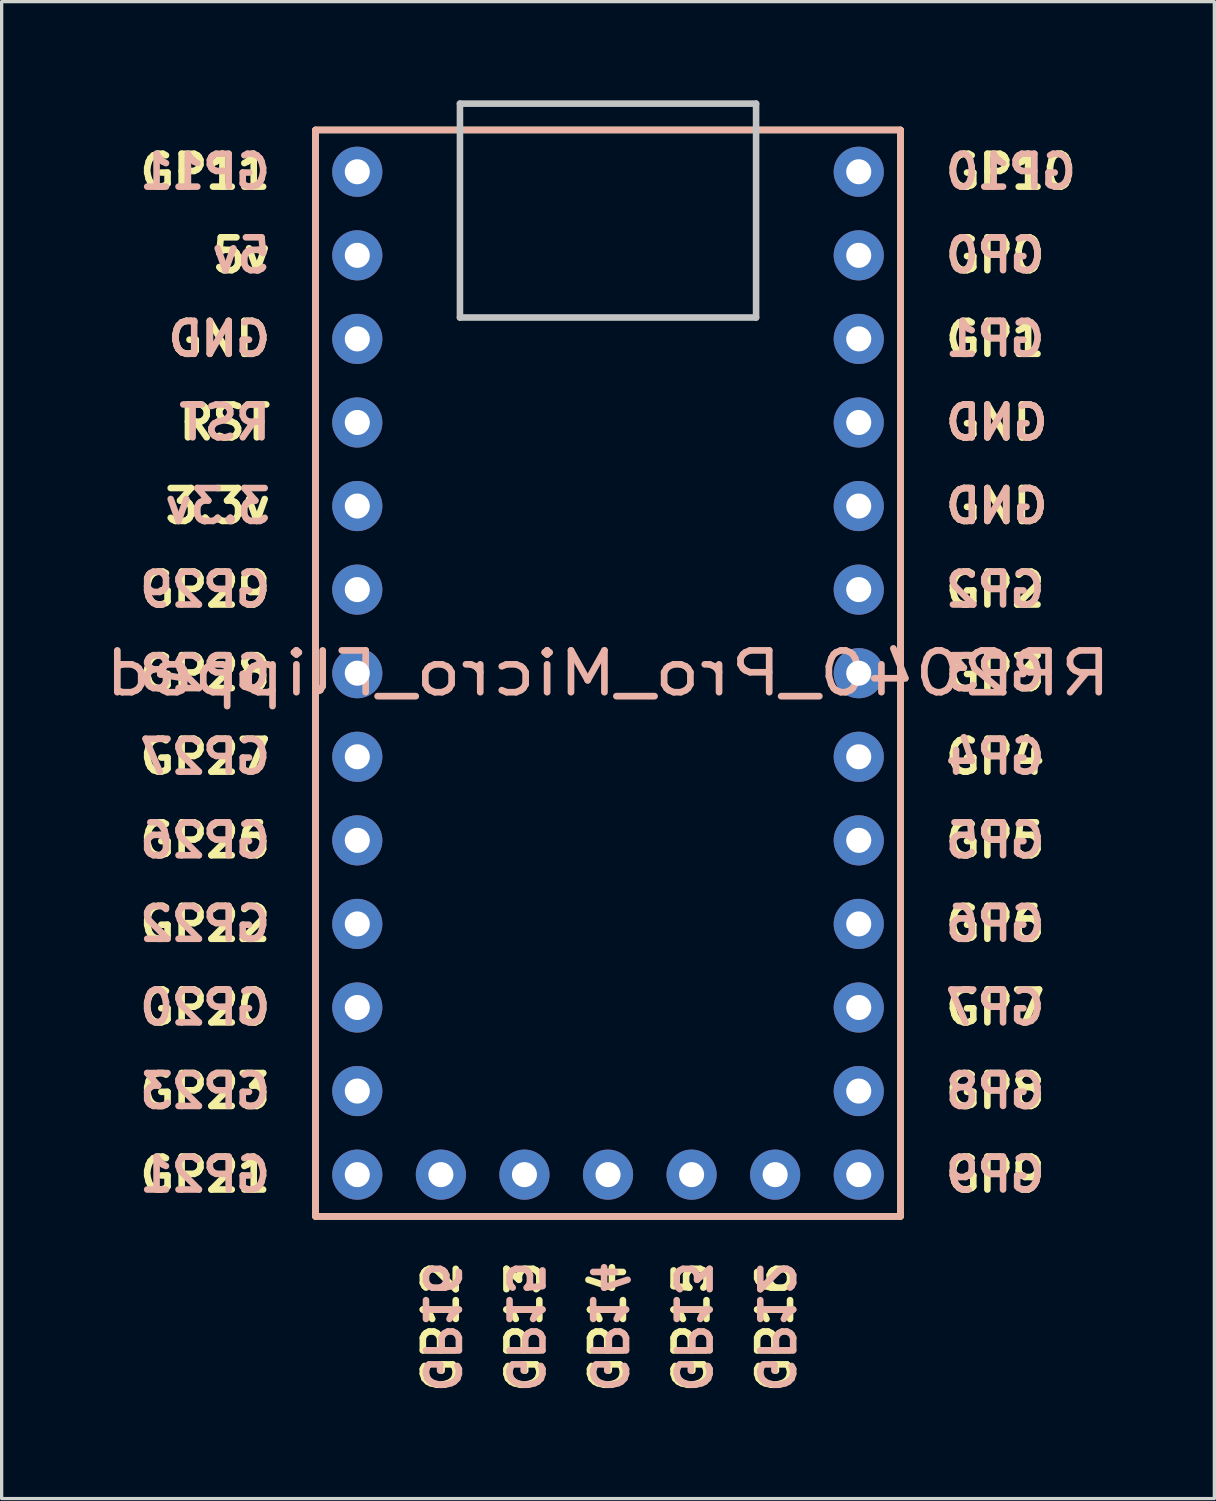
<source format=kicad_pcb>
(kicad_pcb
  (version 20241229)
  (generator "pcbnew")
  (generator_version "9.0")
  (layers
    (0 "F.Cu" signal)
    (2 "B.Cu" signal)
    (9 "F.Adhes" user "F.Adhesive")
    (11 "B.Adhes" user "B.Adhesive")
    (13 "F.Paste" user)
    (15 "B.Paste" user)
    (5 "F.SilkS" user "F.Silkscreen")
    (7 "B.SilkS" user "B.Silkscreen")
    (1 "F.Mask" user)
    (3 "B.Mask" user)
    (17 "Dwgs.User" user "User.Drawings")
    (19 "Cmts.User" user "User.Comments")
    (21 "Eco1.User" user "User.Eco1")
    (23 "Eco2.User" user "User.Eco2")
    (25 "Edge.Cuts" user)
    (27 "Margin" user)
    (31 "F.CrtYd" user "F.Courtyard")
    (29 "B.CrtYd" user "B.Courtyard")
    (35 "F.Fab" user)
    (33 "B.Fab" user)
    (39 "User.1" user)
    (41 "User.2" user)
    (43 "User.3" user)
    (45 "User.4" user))
  (footprint "RP2040_Pro_Micro_Flipped"
    (layer "F.Cu")
    (at 15.429 18.68)
    (property "Reference" "RP2040_Pro_Micro_Flipped" (at 0 -1.27 0) (layer "B.SilkS") (effects (font (size 1.27 1.524) (thickness 0.203)) (justify mirror)))
    (attr through_hole)
    (fp_line (start -8.89 -17.78) (end -8.89 15.24) (stroke (width 0.2) (type solid)) (layer "F.SilkS"))
    (fp_line (start -8.89 15.24) (end 8.89 15.24) (stroke (width 0.2) (type solid)) (layer "F.SilkS"))
    (fp_line (start 8.89 -17.78) (end -8.89 -17.78) (stroke (width 0.2) (type solid)) (layer "F.SilkS"))
    (fp_line (start 8.89 15.24) (end 8.89 -17.78) (stroke (width 0.2) (type solid)) (layer "F.SilkS"))
    (fp_line (start -8.89 -17.78) (end -8.89 15.24) (stroke (width 0.2) (type solid)) (layer "B.SilkS"))
    (fp_line (start -8.89 15.24) (end 8.89 15.24) (stroke (width 0.2) (type solid)) (layer "B.SilkS"))
    (fp_line (start 8.89 -17.78) (end -8.89 -17.78) (stroke (width 0.2) (type solid)) (layer "B.SilkS"))
    (fp_line (start 8.89 15.24) (end 8.89 -17.78) (stroke (width 0.2) (type solid)) (layer "B.SilkS"))
    (fp_line (start -4.5 -18.58) (end -4.5 -12.08) (stroke (width 0.2) (type default)) (layer "Dwgs.User"))
    (fp_line (start -4.5 -18.58) (end 4.5 -18.58) (stroke (width 0.2) (type default)) (layer "Dwgs.User"))
    (fp_line (start -4.5 -12.08) (end 4.5 -12.08) (stroke (width 0.2) (type default)) (layer "Dwgs.User"))
    (fp_line (start 4.5 -18.58) (end 4.5 -12.08) (stroke (width 0.2) (type default)) (layer "Dwgs.User"))
    (fp_text user "GP4" (at 10.16 1.27 0) (unlocked yes) (layer "F.SilkS") (effects (font (size 1 1) (thickness 0.2) (bold yes)) (justify left)))
    (fp_text user "GP13" (at -2.54 16.51 90) (unlocked yes) (layer "F.SilkS") (effects (font (size 1 1) (thickness 0.2) (bold yes)) (justify right)))
    (fp_text user "GP0" (at 10.16 -13.97 0) (unlocked yes) (layer "F.SilkS") (effects (font (size 1 1) (thickness 0.2) (bold yes)) (justify left)))
    (fp_text user "GP22" (at -10.16 6.35 0) (unlocked yes) (layer "F.SilkS") (effects (font (size 1 1) (thickness 0.2) (bold yes)) (justify right)))
    (fp_text user "GP20" (at -10.16 8.89 0) (unlocked yes) (layer "F.SilkS") (effects (font (size 1 1) (thickness 0.2) (bold yes)) (justify right)))
    (fp_text user "GP2" (at 10.16 -3.81 0) (unlocked yes) (layer "F.SilkS") (effects (font (size 1 1) (thickness 0.2) (bold yes)) (justify left)))
    (fp_text user "GP27" (at -10.16 1.27 0) (unlocked yes) (layer "F.SilkS") (effects (font (size 1 1) (thickness 0.2) (bold yes)) (justify right)))
    (fp_text user "GP26" (at -10.16 3.81 0) (unlocked yes) (layer "F.SilkS") (effects (font (size 1 1) (thickness 0.2) (bold yes)) (justify right)))
    (fp_text user "GP11" (at -10.16 -16.51 0) (unlocked yes) (layer "F.SilkS") (effects (font (size 1 1) (thickness 0.2) (bold yes)) (justify right)))
    (fp_text user "GP10" (at 10.16 -16.51 0) (unlocked yes) (layer "F.SilkS") (effects (font (size 1 1) (thickness 0.2) (bold yes)) (justify left)))
    (fp_text user "GP16" (at 5.08 16.51 90) (unlocked yes) (layer "F.SilkS") (effects (font (size 1 1) (thickness 0.2) (bold yes)) (justify right)))
    (fp_text user "GP14" (at 0 16.51 90) (unlocked yes) (layer "F.SilkS") (effects (font (size 1 1) (thickness 0.2) (bold yes)) (justify right)))
    (fp_text user "GP28" (at -10.16 -1.27 0) (unlocked yes) (layer "F.SilkS") (effects (font (size 1 1) (thickness 0.2) (bold yes)) (justify right)))
    (fp_text user "GP21" (at -10.16 13.97 0) (unlocked yes) (layer "F.SilkS") (effects (font (size 1 1) (thickness 0.2) (bold yes)) (justify right)))
    (fp_text user "GND" (at 10.16 -8.89 0) (unlocked yes) (layer "F.SilkS") (effects (font (size 1 1) (thickness 0.2) (bold yes)) (justify left)))
    (fp_text user "RST" (at -10.16 -8.89 0) (unlocked yes) (layer "F.SilkS") (effects (font (size 1 1) (thickness 0.2) (bold yes)) (justify right)))
    (fp_text user "GP1" (at 10.16 -11.43 0) (unlocked yes) (layer "F.SilkS") (effects (font (size 1 1) (thickness 0.2) (bold yes)) (justify left)))
    (fp_text user "GP8" (at 10.16 11.43 0) (unlocked yes) (layer "F.SilkS") (effects (font (size 1 1) (thickness 0.2) (bold yes)) (justify left)))
    (fp_text user "GND" (at -10.16 -11.43 0) (unlocked yes) (layer "F.SilkS") (effects (font (size 1 1) (thickness 0.2) (bold yes)) (justify right)))
    (fp_text user "GP15" (at 2.54 16.51 90) (unlocked yes) (layer "F.SilkS") (effects (font (size 1 1) (thickness 0.2) (bold yes)) (justify right)))
    (fp_text user "GP23" (at -10.16 11.43 0) (unlocked yes) (layer "F.SilkS") (effects (font (size 1 1) (thickness 0.2) (bold yes)) (justify right)))
    (fp_text user "GP12" (at -5.08 16.51 90) (unlocked yes) (layer "F.SilkS") (effects (font (size 1 1) (thickness 0.2) (bold yes)) (justify right)))
    (fp_text user "GP5" (at 10.16 3.81 0) (unlocked yes) (layer "F.SilkS") (effects (font (size 1 1) (thickness 0.2) (bold yes)) (justify left)))
    (fp_text user "5v" (at -10.16 -13.97 0) (unlocked yes) (layer "F.SilkS") (effects (font (size 1 1) (thickness 0.2) (bold yes)) (justify right)))
    (fp_text user "GP7" (at 10.16 8.89 0) (unlocked yes) (layer "F.SilkS") (effects (font (size 1 1) (thickness 0.2) (bold yes)) (justify left)))
    (fp_text user "GP9" (at 10.16 13.97 0) (unlocked yes) (layer "F.SilkS") (effects (font (size 1 1) (thickness 0.2) (bold yes)) (justify left)))
    (fp_text user "GND" (at 10.16 -6.35 0) (unlocked yes) (layer "F.SilkS") (effects (font (size 1 1) (thickness 0.2) (bold yes)) (justify left)))
    (fp_text user "GP6" (at 10.16 6.35 0) (unlocked yes) (layer "F.SilkS") (effects (font (size 1 1) (thickness 0.2) (bold yes)) (justify left)))
    (fp_text user "GP29" (at -10.16 -3.81 0) (unlocked yes) (layer "F.SilkS") (effects (font (size 1 1) (thickness 0.2) (bold yes)) (justify right)))
    (fp_text user "GP3" (at 10.16 -1.27 0) (unlocked yes) (layer "F.SilkS") (effects (font (size 1 1) (thickness 0.2) (bold yes)) (justify left)))
    (fp_text user "3.3v" (at -10.16 -6.35 0) (unlocked yes) (layer "F.SilkS") (effects (font (size 1 1) (thickness 0.2) (bold yes)) (justify right)))
    (fp_text user "GP16" (at -5.08 16.51 270) (unlocked yes) (layer "B.SilkS") (effects (font (size 1 1) (thickness 0.2) (bold yes)) (justify right mirror)))
    (fp_text user "GND" (at -10.16 -11.43 0) (unlocked yes) (layer "B.SilkS") (effects (font (size 1 1) (thickness 0.2) (bold yes)) (justify left mirror)))
    (fp_text user "GP27" (at -10.16 1.27 0) (unlocked yes) (layer "B.SilkS") (effects (font (size 1 1) (thickness 0.2) (bold yes)) (justify left mirror)))
    (fp_text user "GP7" (at 10.16 8.89 0) (unlocked yes) (layer "B.SilkS") (effects (font (size 1 1) (thickness 0.2) (bold yes)) (justify right mirror)))
    (fp_text user "GP22" (at -10.16 6.35 0) (unlocked yes) (layer "B.SilkS") (effects (font (size 1 1) (thickness 0.2) (bold yes)) (justify left mirror)))
    (fp_text user "GP15" (at -2.54 16.51 270) (unlocked yes) (layer "B.SilkS") (effects (font (size 1 1) (thickness 0.2) (bold yes)) (justify right mirror)))
    (fp_text user "GP11" (at -10.16 -16.51 0) (unlocked yes) (layer "B.SilkS") (effects (font (size 1 1) (thickness 0.2) (bold yes)) (justify left mirror)))
    (fp_text user "GP23" (at -10.16 11.43 0) (unlocked yes) (layer "B.SilkS") (effects (font (size 1 1) (thickness 0.2) (bold yes)) (justify left mirror)))
    (fp_text user "GND" (at 10.16 -8.89 0) (unlocked yes) (layer "B.SilkS") (effects (font (size 1 1) (thickness 0.2) (bold yes)) (justify right mirror)))
    (fp_text user "GP29" (at -10.16 -3.81 0) (unlocked yes) (layer "B.SilkS") (effects (font (size 1 1) (thickness 0.2) (bold yes)) (justify left mirror)))
    (fp_text user "GP3" (at 10.16 -1.27 0) (unlocked yes) (layer "B.SilkS") (effects (font (size 1 1) (thickness 0.2) (bold yes)) (justify right mirror)))
    (fp_text user "GP2" (at 10.16 -3.81 0) (unlocked yes) (layer "B.SilkS") (effects (font (size 1 1) (thickness 0.2) (bold yes)) (justify right mirror)))
    (fp_text user "GP1" (at 10.16 -11.43 0) (unlocked yes) (layer "B.SilkS") (effects (font (size 1 1) (thickness 0.2) (bold yes)) (justify right mirror)))
    (fp_text user "GND" (at 10.16 -6.35 0) (unlocked yes) (layer "B.SilkS") (effects (font (size 1 1) (thickness 0.2) (bold yes)) (justify right mirror)))
    (fp_text user "GP13" (at 2.54 16.51 270) (unlocked yes) (layer "B.SilkS") (effects (font (size 1 1) (thickness 0.2) (bold yes)) (justify right mirror)))
    (fp_text user "GP20" (at -10.16 8.89 0) (unlocked yes) (layer "B.SilkS") (effects (font (size 1 1) (thickness 0.2) (bold yes)) (justify left mirror)))
    (fp_text user "GP8" (at 10.16 11.43 0) (unlocked yes) (layer "B.SilkS") (effects (font (size 1 1) (thickness 0.2) (bold yes)) (justify right mirror)))
    (fp_text user "GP5" (at 10.16 3.81 0) (unlocked yes) (layer "B.SilkS") (effects (font (size 1 1) (thickness 0.2) (bold yes)) (justify right mirror)))
    (fp_text user "GP12" (at 5.08 16.51 270) (unlocked yes) (layer "B.SilkS") (effects (font (size 1 1) (thickness 0.2) (bold yes)) (justify right mirror)))
    (fp_text user "RST" (at -10.16 -8.89 0) (unlocked yes) (layer "B.SilkS") (effects (font (size 1 1) (thickness 0.2) (bold yes)) (justify left mirror)))
    (fp_text user "3.3v" (at -10.16 -6.35 0) (unlocked yes) (layer "B.SilkS") (effects (font (size 1 1) (thickness 0.2) (bold yes)) (justify left mirror)))
    (fp_text user "GP4" (at 10.16 1.27 0) (unlocked yes) (layer "B.SilkS") (effects (font (size 1 1) (thickness 0.2) (bold yes)) (justify right mirror)))
    (fp_text user "GP9" (at 10.16 13.97 0) (unlocked yes) (layer "B.SilkS") (effects (font (size 1 1) (thickness 0.2) (bold yes)) (justify right mirror)))
    (fp_text user "GP26" (at -10.16 3.81 0) (unlocked yes) (layer "B.SilkS") (effects (font (size 1 1) (thickness 0.2) (bold yes)) (justify left mirror)))
    (fp_text user "GP21" (at -10.16 13.97 0) (unlocked yes) (layer "B.SilkS") (effects (font (size 1 1) (thickness 0.2) (bold yes)) (justify left mirror)))
    (fp_text user "GP6" (at 10.16 6.35 0) (unlocked yes) (layer "B.SilkS") (effects (font (size 1 1) (thickness 0.2) (bold yes)) (justify right mirror)))
    (fp_text user "GP28" (at -10.16 -1.27 0) (unlocked yes) (layer "B.SilkS") (effects (font (size 1 1) (thickness 0.2) (bold yes)) (justify left mirror)))
    (fp_text user "GP10" (at 10.16 -16.51 0) (unlocked yes) (layer "B.SilkS") (effects (font (size 1 1) (thickness 0.2) (bold yes)) (justify right mirror)))
    (fp_text user "5v" (at -10.16 -13.97 0) (unlocked yes) (layer "B.SilkS") (effects (font (size 1 1) (thickness 0.2) (bold yes)) (justify left mirror)))
    (fp_text user "GP14" (at 0 16.51 270) (unlocked yes) (layer "B.SilkS") (effects (font (size 1 1) (thickness 0.2) (bold yes)) (justify right mirror)))
    (fp_text user "GP0" (at 10.16 -13.97 0) (unlocked yes) (layer "B.SilkS") (effects (font (size 1 1) (thickness 0.2) (bold yes)) (justify right mirror)))
    (pad "1" thru_hole circle (at 7.62 -16.51) (size 1.524 1.524) (drill 0.762) (layers "*.Cu" "*.Mask"))
    (pad "2" thru_hole circle (at 7.62 -13.97) (size 1.524 1.524) (drill 0.762) (layers "*.Cu" "*.Mask"))
    (pad "3" thru_hole circle (at 7.62 -11.43) (size 1.524 1.524) (drill 0.762) (layers "*.Cu" "*.Mask"))
    (pad "4" thru_hole circle (at 7.62 -8.89) (size 1.524 1.524) (drill 0.762) (layers "*.Cu" "*.Mask"))
    (pad "5" thru_hole circle (at 7.62 -6.35) (size 1.524 1.524) (drill 0.762) (layers "*.Cu" "*.Mask"))
    (pad "6" thru_hole circle (at 7.62 -3.81) (size 1.524 1.524) (drill 0.762) (layers "*.Cu" "*.Mask"))
    (pad "7" thru_hole circle (at 7.62 -1.27) (size 1.524 1.524) (drill 0.762) (layers "*.Cu" "*.Mask"))
    (pad "8" thru_hole circle (at 7.62 1.27) (size 1.524 1.524) (drill 0.762) (layers "*.Cu" "*.Mask"))
    (pad "9" thru_hole circle (at 7.62 3.81) (size 1.524 1.524) (drill 0.762) (layers "*.Cu" "*.Mask"))
    (pad "10" thru_hole circle (at 7.62 6.35) (size 1.524 1.524) (drill 0.762) (layers "*.Cu" "*.Mask"))
    (pad "11" thru_hole circle (at 7.62 8.89) (size 1.524 1.524) (drill 0.762) (layers "*.Cu" "*.Mask"))
    (pad "12" thru_hole circle (at 7.62 11.43) (size 1.524 1.524) (drill 0.762) (layers "*.Cu" "*.Mask"))
    (pad "13" thru_hole circle (at 7.62 13.97) (size 1.524 1.524) (drill 0.762) (layers "*.Cu" "*.Mask"))
    (pad "14" thru_hole circle (at 5.08 13.97) (size 1.524 1.524) (drill 0.762) (layers "*.Cu" "*.Mask"))
    (pad "15" thru_hole circle (at 2.54 13.97) (size 1.524 1.524) (drill 0.762) (layers "*.Cu" "*.Mask"))
    (pad "16" thru_hole circle (at 0 13.97) (size 1.524 1.524) (drill 0.762) (layers "*.Cu" "*.Mask"))
    (pad "17" thru_hole circle (at -2.54 13.97) (size 1.524 1.524) (drill 0.762) (layers "*.Cu" "*.Mask"))
    (pad "18" thru_hole circle (at -5.08 13.97) (size 1.524 1.524) (drill 0.762) (layers "*.Cu" "*.Mask"))
    (pad "19" thru_hole circle (at -7.62 13.97) (size 1.524 1.524) (drill 0.762) (layers "*.Cu" "*.Mask"))
    (pad "20" thru_hole circle (at -7.62 11.43) (size 1.524 1.524) (drill 0.762) (layers "*.Cu" "*.Mask"))
    (pad "21" thru_hole circle (at -7.62 8.89) (size 1.524 1.524) (drill 0.762) (layers "*.Cu" "*.Mask"))
    (pad "22" thru_hole circle (at -7.62 6.35) (size 1.524 1.524) (drill 0.762) (layers "*.Cu" "*.Mask"))
    (pad "23" thru_hole circle (at -7.62 3.81) (size 1.524 1.524) (drill 0.762) (layers "*.Cu" "*.Mask"))
    (pad "24" thru_hole circle (at -7.62 1.27) (size 1.524 1.524) (drill 0.762) (layers "*.Cu" "*.Mask"))
    (pad "25" thru_hole circle (at -7.62 -1.27) (size 1.524 1.524) (drill 0.762) (layers "*.Cu" "*.Mask"))
    (pad "26" thru_hole circle (at -7.62 -3.81) (size 1.524 1.524) (drill 0.762) (layers "*.Cu" "*.Mask"))
    (pad "27" thru_hole circle (at -7.62 -6.35) (size 1.524 1.524) (drill 0.762) (layers "*.Cu" "*.Mask"))
    (pad "28" thru_hole circle (at -7.62 -8.89) (size 1.524 1.524) (drill 0.762) (layers "*.Cu" "*.Mask"))
    (pad "29" thru_hole circle (at -7.62 -11.43) (size 1.524 1.524) (drill 0.762) (layers "*.Cu" "*.Mask"))
    (pad "30" thru_hole circle (at -7.62 -13.97) (size 1.524 1.524) (drill 0.762) (layers "*.Cu" "*.Mask"))
    (pad "31" thru_hole circle (at -7.62 -16.51) (size 1.524 1.524) (drill 0.762) (layers "*.Cu" "*.Mask")))
  (gr_rect
    (start -3 -3)
    (end 33.857 42.495)
    (stroke (width 0.1) (type default))
    (fill no)
    (layer "Edge.Cuts")))
</source>
